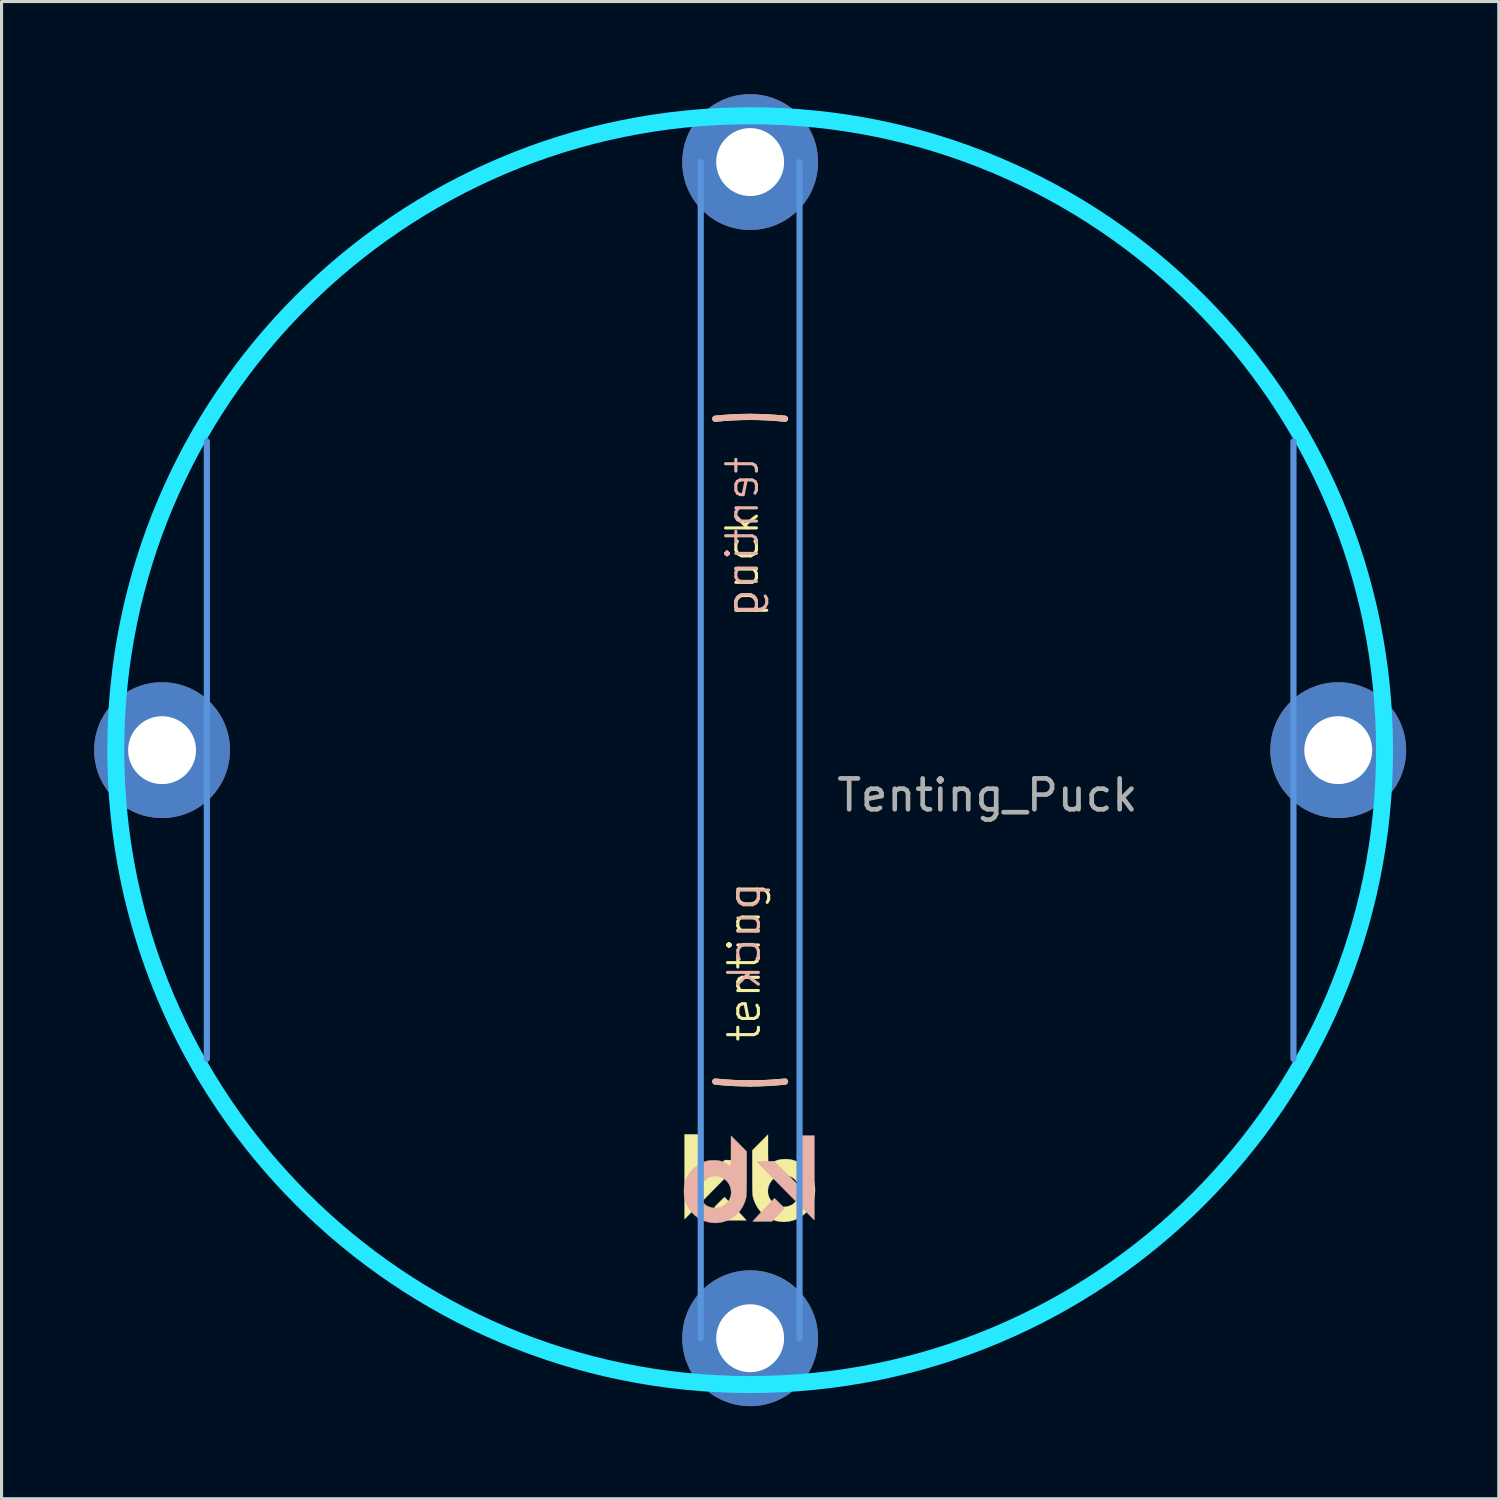
<source format=kicad_pcb>
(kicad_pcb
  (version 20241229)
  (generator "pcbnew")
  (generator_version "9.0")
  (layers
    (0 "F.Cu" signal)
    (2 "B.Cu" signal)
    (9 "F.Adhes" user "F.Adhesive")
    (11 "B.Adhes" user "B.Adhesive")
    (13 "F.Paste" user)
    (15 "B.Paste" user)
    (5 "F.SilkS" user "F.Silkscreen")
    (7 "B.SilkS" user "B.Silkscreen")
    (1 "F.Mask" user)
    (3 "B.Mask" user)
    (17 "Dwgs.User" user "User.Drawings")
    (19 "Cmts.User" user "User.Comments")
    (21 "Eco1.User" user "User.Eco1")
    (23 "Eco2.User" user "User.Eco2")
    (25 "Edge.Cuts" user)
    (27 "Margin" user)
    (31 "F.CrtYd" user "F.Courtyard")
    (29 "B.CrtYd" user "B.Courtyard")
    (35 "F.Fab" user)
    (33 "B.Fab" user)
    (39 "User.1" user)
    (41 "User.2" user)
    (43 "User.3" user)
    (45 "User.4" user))
  (footprint "Tenting_Puck"
    (layer "F.Cu")
    (at 21.25 21.25)
    (property "Reference" "Tenting_Puck" (at 7.684 1.46 0) (layer "F.Fab") (effects (font (size 1 1) (thickness 0.15))))
    (attr through_hole)
    (fp_arc (start -20.32 -2.8575) (mid -19.91151 -4.959786) (end -19.286134 -7.008048) (stroke (width 0.2) (type solid)) (layer "F.SilkS"))
    (fp_arc (start -19.286134 7.008047) (mid -19.91151 4.959786) (end -20.32 2.8575) (stroke (width 0.2) (type solid)) (layer "F.SilkS"))
    (fp_arc (start -7.008048 -19.286134) (mid -4.959786 -19.91151) (end -2.8575 -20.32) (stroke (width 0.2) (type solid)) (layer "F.SilkS"))
    (fp_arc (start -2.8575 20.32) (mid -4.959785 19.91151) (end -7.008046 19.286135) (stroke (width 0.2) (type solid)) (layer "F.SilkS"))
    (fp_arc (start -1.128385 -10.735864) (mid -0.564967 -10.780206) (end 0 -10.795) (stroke (width 0.2) (type solid)) (layer "F.SilkS"))
    (fp_arc (start 0 -10.795) (mid 0.564967 -10.780206) (end 1.128385 -10.735864) (stroke (width 0.2) (type solid)) (layer "F.SilkS"))
    (fp_arc (start 0 10.795) (mid -0.564967 10.780206) (end -1.128385 10.735864) (stroke (width 0.2) (type solid)) (layer "F.SilkS"))
    (fp_arc (start 1.128385 10.735864) (mid 0.564967 10.780206) (end 0 10.795) (stroke (width 0.2) (type solid)) (layer "F.SilkS"))
    (fp_arc (start 2.8575 -20.32) (mid 4.959786 -19.91151) (end 7.008047 -19.286134) (stroke (width 0.2) (type solid)) (layer "F.SilkS"))
    (fp_arc (start 7.008047 19.286134) (mid 4.959786 19.91151) (end 2.8575 20.32) (stroke (width 0.2) (type solid)) (layer "F.SilkS"))
    (fp_arc (start 19.286135 -7.008045) (mid 19.91151 -4.959785) (end 20.32 -2.8575) (stroke (width 0.2) (type solid)) (layer "F.SilkS"))
    (fp_arc (start 20.32 2.8575) (mid 19.91151 4.959785) (end 19.286135 7.008046) (stroke (width 0.2) (type solid)) (layer "F.SilkS"))
    (fp_poly (pts (xy -1.627 14.082) (xy -0.824 13.279) (xy -0.535 13.282) (xy -0.247 13.285) (xy -1.094 14.145) (xy -1.212 14.265) (xy -1.327 14.382) (xy -1.437 14.494) (xy -1.542 14.6) (xy -1.64 14.7) (xy -1.731 14.791) (xy -1.811 14.874) (xy -1.882 14.945) (xy -1.941 15.005) (xy -1.987 15.052) (xy -2.019 15.084) (xy -2.032 15.098) (xy -2.123 15.19) (xy -2.123 12.448) (xy -1.627 12.448) (xy -1.627 14.082)) (stroke (width 0.01) (type solid)) (fill yes) (layer "F.SilkS"))
    (fp_poly (pts (xy -0.82 14.488) (xy -0.797 14.511) (xy -0.763 14.547) (xy -0.719 14.593) (xy -0.666 14.647) (xy -0.609 14.708) (xy -0.547 14.773) (xy -0.483 14.841) (xy -0.42 14.908) (xy -0.359 14.973) (xy -0.302 15.034) (xy -0.251 15.089) (xy -0.208 15.135) (xy -0.175 15.171) (xy -0.154 15.194) (xy -0.152 15.197) (xy -0.124 15.231) (xy -0.744 15.231) (xy -0.917 15.055) (xy -0.971 15) (xy -1.021 14.948) (xy -1.065 14.903) (xy -1.099 14.868) (xy -1.121 14.844) (xy -1.124 14.841) (xy -1.158 14.803) (xy -0.997 14.642) (xy -0.948 14.592) (xy -0.903 14.549) (xy -0.867 14.514) (xy -0.842 14.491) (xy -0.829 14.48) (xy -0.829 14.48) (xy -0.82 14.488)) (stroke (width 0.01) (type solid)) (fill yes) (layer "F.SilkS"))
    (fp_poly (pts (xy 0.578 12.948) (xy 0.578 13.052) (xy 0.579 13.149) (xy 0.58 13.236) (xy 0.581 13.31) (xy 0.582 13.37) (xy 0.583 13.413) (xy 0.585 13.437) (xy 0.586 13.441) (xy 0.598 13.435) (xy 0.623 13.419) (xy 0.647 13.401) (xy 0.762 13.331) (xy 0.884 13.282) (xy 1.014 13.254) (xy 1.153 13.247) (xy 1.171 13.248) (xy 1.261 13.255) (xy 1.337 13.267) (xy 1.409 13.286) (xy 1.484 13.315) (xy 1.554 13.348) (xy 1.682 13.423) (xy 1.795 13.515) (xy 1.892 13.622) (xy 1.972 13.743) (xy 2.033 13.874) (xy 2.076 14.016) (xy 2.099 14.167) (xy 2.102 14.256) (xy 2.092 14.409) (xy 2.061 14.553) (xy 2.008 14.693) (xy 1.95 14.8) (xy 1.865 14.92) (xy 1.763 15.025) (xy 1.648 15.113) (xy 1.521 15.184) (xy 1.385 15.236) (xy 1.241 15.268) (xy 1.093 15.279) (xy 0.993 15.275) (xy 0.848 15.25) (xy 0.707 15.204) (xy 0.574 15.138) (xy 0.452 15.054) (xy 0.343 14.954) (xy 0.335 14.944) (xy 0.254 14.84) (xy 0.184 14.722) (xy 0.129 14.596) (xy 0.092 14.469) (xy 0.083 14.423) (xy 0.08 14.394) (xy 0.078 14.344) (xy 0.076 14.294) (xy 0.573 14.294) (xy 0.583 14.391) (xy 0.614 14.485) (xy 0.642 14.539) (xy 0.709 14.628) (xy 0.789 14.699) (xy 0.878 14.751) (xy 0.975 14.784) (xy 1.076 14.797) (xy 1.18 14.789) (xy 1.253 14.769) (xy 1.296 14.753) (xy 1.337 14.736) (xy 1.353 14.728) (xy 1.398 14.697) (xy 1.448 14.651) (xy 1.496 14.595) (xy 1.537 14.537) (xy 1.559 14.498) (xy 1.579 14.454) (xy 1.591 14.415) (xy 1.599 14.373) (xy 1.603 14.318) (xy 1.603 14.313) (xy 1.6 14.205) (xy 1.577 14.107) (xy 1.534 14.014) (xy 1.516 13.985) (xy 1.451 13.908) (xy 1.372 13.845) (xy 1.283 13.8) (xy 1.186 13.772) (xy 1.085 13.763) (xy 0.984 13.773) (xy 0.885 13.803) (xy 0.871 13.81) (xy 0.783 13.863) (xy 0.709 13.931) (xy 0.65 14.011) (xy 0.607 14.101) (xy 0.581 14.196) (xy 0.573 14.294) (xy 0.076 14.294) (xy 0.076 14.274) (xy 0.074 14.185) (xy 0.072 14.078) (xy 0.071 13.955) (xy 0.071 13.818) (xy 0.071 13.668) (xy 0.071 13.656) (xy 0.07 12.964) (xy 0.578 12.454) (xy 0.578 12.948)) (stroke (width 0.01) (type solid)) (fill yes) (layer "F.SilkS"))
    (fp_arc (start -20.32 -2.8575) (mid -19.91151 -4.959784) (end -19.286136 -7.008044) (stroke (width 0.2) (type solid)) (layer "B.SilkS"))
    (fp_arc (start -19.286135 7.008046) (mid -19.91151 4.959785) (end -20.32 2.8575) (stroke (width 0.2) (type solid)) (layer "B.SilkS"))
    (fp_arc (start -7.008046 -19.286135) (mid -4.959785 -19.91151) (end -2.8575 -20.32) (stroke (width 0.2) (type solid)) (layer "B.SilkS"))
    (fp_arc (start -2.8575 20.32) (mid -4.959785 19.91151) (end -7.008045 19.286135) (stroke (width 0.2) (type solid)) (layer "B.SilkS"))
    (fp_arc (start -1.128385 -10.735864) (mid -0.564967 -10.780206) (end 0 -10.795) (stroke (width 0.2) (type solid)) (layer "B.SilkS"))
    (fp_arc (start 0 -10.795) (mid 0.564967 -10.780206) (end 1.128385 -10.735864) (stroke (width 0.2) (type solid)) (layer "B.SilkS"))
    (fp_arc (start 0 10.795) (mid -0.564967 10.780206) (end -1.128385 10.735864) (stroke (width 0.2) (type solid)) (layer "B.SilkS"))
    (fp_arc (start 1.128385 10.735864) (mid 0.564967 10.780206) (end 0 10.795) (stroke (width 0.2) (type solid)) (layer "B.SilkS"))
    (fp_arc (start 2.8575 -20.32) (mid 4.959787 -19.91151) (end 7.008049 -19.286134) (stroke (width 0.2) (type solid)) (layer "B.SilkS"))
    (fp_arc (start 7.008045 19.286135) (mid 4.959785 19.91151) (end 2.8575 20.32) (stroke (width 0.2) (type solid)) (layer "B.SilkS"))
    (fp_arc (start 19.286134 -7.008048) (mid 19.91151 -4.959786) (end 20.32 -2.8575) (stroke (width 0.2) (type solid)) (layer "B.SilkS"))
    (fp_arc (start 20.32 2.8575) (mid 19.91151 4.959786) (end 19.286134 7.008048) (stroke (width 0.2) (type solid)) (layer "B.SilkS"))
    (fp_poly (pts (xy 1.584 14.118) (xy 0.782 13.315) (xy 0.493 13.318) (xy 0.205 13.322) (xy 1.052 14.182) (xy 1.17 14.301) (xy 1.285 14.418) (xy 1.395 14.53) (xy 1.5 14.637) (xy 1.598 14.736) (xy 1.688 14.828) (xy 1.769 14.91) (xy 1.84 14.981) (xy 1.899 15.041) (xy 1.944 15.088) (xy 1.976 15.12) (xy 1.99 15.134) (xy 2.081 15.226) (xy 2.081 12.484) (xy 1.584 12.484) (xy 1.584 14.118)) (stroke (width 0.01) (type solid)) (fill yes) (layer "B.SilkS"))
    (fp_poly (pts (xy 0.778 14.525) (xy 0.755 14.547) (xy 0.721 14.583) (xy 0.676 14.629) (xy 0.624 14.684) (xy 0.566 14.745) (xy 0.505 14.81) (xy 0.441 14.877) (xy 0.378 14.944) (xy 0.316 15.009) (xy 0.259 15.07) (xy 0.208 15.125) (xy 0.166 15.172) (xy 0.133 15.207) (xy 0.112 15.231) (xy 0.11 15.233) (xy 0.082 15.267) (xy 0.702 15.267) (xy 0.875 15.091) (xy 0.929 15.036) (xy 0.979 14.985) (xy 1.023 14.939) (xy 1.057 14.904) (xy 1.079 14.88) (xy 1.082 14.877) (xy 1.116 14.839) (xy 0.955 14.678) (xy 0.905 14.628) (xy 0.861 14.585) (xy 0.825 14.55) (xy 0.799 14.527) (xy 0.787 14.517) (xy 0.787 14.516) (xy 0.778 14.525)) (stroke (width 0.01) (type solid)) (fill yes) (layer "B.SilkS"))
    (fp_poly (pts (xy -0.621 12.984) (xy -0.621 13.088) (xy -0.621 13.185) (xy -0.622 13.272) (xy -0.623 13.346) (xy -0.624 13.406) (xy -0.625 13.45) (xy -0.627 13.473) (xy -0.628 13.477) (xy -0.64 13.471) (xy -0.665 13.455) (xy -0.689 13.438) (xy -0.804 13.367) (xy -0.926 13.318) (xy -1.057 13.29) (xy -1.196 13.284) (xy -1.214 13.284) (xy -1.303 13.291) (xy -1.38 13.303) (xy -1.451 13.322) (xy -1.526 13.351) (xy -1.596 13.384) (xy -1.724 13.459) (xy -1.837 13.551) (xy -1.934 13.658) (xy -2.014 13.779) (xy -2.076 13.911) (xy -2.118 14.053) (xy -2.141 14.203) (xy -2.145 14.293) (xy -2.134 14.445) (xy -2.103 14.59) (xy -2.05 14.729) (xy -1.993 14.836) (xy -1.907 14.956) (xy -1.805 15.061) (xy -1.69 15.149) (xy -1.563 15.22) (xy -1.427 15.272) (xy -1.283 15.304) (xy -1.135 15.316) (xy -1.035 15.311) (xy -0.89 15.286) (xy -0.75 15.24) (xy -0.616 15.174) (xy -0.494 15.09) (xy -0.386 14.99) (xy -0.377 14.981) (xy -0.296 14.876) (xy -0.226 14.758) (xy -0.171 14.632) (xy -0.134 14.505) (xy -0.125 14.459) (xy -0.122 14.43) (xy -0.12 14.38) (xy -0.118 14.33) (xy -0.615 14.33) (xy -0.625 14.428) (xy -0.656 14.522) (xy -0.684 14.576) (xy -0.751 14.664) (xy -0.831 14.735) (xy -0.92 14.787) (xy -1.017 14.82) (xy -1.119 14.833) (xy -1.222 14.825) (xy -1.295 14.805) (xy -1.338 14.789) (xy -1.379 14.772) (xy -1.395 14.764) (xy -1.441 14.733) (xy -1.49 14.687) (xy -1.538 14.632) (xy -1.579 14.573) (xy -1.601 14.534) (xy -1.621 14.49) (xy -1.634 14.452) (xy -1.641 14.409) (xy -1.645 14.354) (xy -1.646 14.349) (xy -1.642 14.241) (xy -1.619 14.144) (xy -1.576 14.05) (xy -1.558 14.022) (xy -1.493 13.944) (xy -1.415 13.882) (xy -1.325 13.836) (xy -1.228 13.808) (xy -1.127 13.799) (xy -1.026 13.809) (xy -0.927 13.84) (xy -0.913 13.846) (xy -0.825 13.899) (xy -0.751 13.967) (xy -0.692 14.047) (xy -0.649 14.137) (xy -0.623 14.232) (xy -0.615 14.33) (xy -0.118 14.33) (xy -0.118 14.31) (xy -0.116 14.221) (xy -0.115 14.114) (xy -0.114 13.991) (xy -0.113 13.854) (xy -0.113 13.704) (xy -0.113 13.692) (xy -0.113 13) (xy -0.62 12.49) (xy -0.621 12.984)) (stroke (width 0.01) (type solid)) (fill yes) (layer "B.SilkS"))
    (fp_line (start -17.6 10) (end -17.6 -10) (stroke (width 0.2) (type solid)) (layer "Cmts.User"))
    (fp_line (start -1.6 19.05) (end -1.6 -19.05) (stroke (width 0.2) (type solid)) (layer "Cmts.User"))
    (fp_line (start 1.6 19.05) (end 1.6 -19.05) (stroke (width 0.2) (type solid)) (layer "Cmts.User"))
    (fp_line (start 17.6 10) (end 17.6 -10) (stroke (width 0.2) (type solid)) (layer "Cmts.User"))
    (fp_circle (center 0 0) (end 20.55 0) (stroke (width 0.55) (type solid)) (fill no) (layer "B.CrtYd"))
    (fp_text user "tenting" (at -0.191 6.858 90) (layer "F.SilkS") (effects (font (size 1 1) (thickness 0.1))))
    (fp_text user "puck" (at -0.254 -6.032 90) (layer "F.SilkS") (effects (font (size 1 1) (thickness 0.1))))
    (fp_text user "puck" (at -0.191 6.032 90) (unlocked yes) (layer "B.SilkS") (effects (font (size 1 1) (thickness 0.1)) (justify mirror)))
    (fp_text user "tenting" (at -0.254 -6.921 90) (layer "B.SilkS") (effects (font (size 1 1) (thickness 0.1)) (justify mirror)))
    (pad "1" thru_hole circle (at -19.05 0) (size 4.4 4.4) (drill 2.2) (layers "*.Cu" "*.Mask"))
    (pad "1" thru_hole circle (at 0 -19.05) (size 4.4 4.4) (drill 2.2) (layers "*.Cu" "*.Mask"))
    (pad "1" thru_hole circle (at 0 19.05) (size 4.4 4.4) (drill 2.2) (layers "*.Cu" "*.Mask"))
    (pad "1" thru_hole circle (at 19.05 0) (size 4.4 4.4) (drill 2.2) (layers "*.Cu" "*.Mask")))
  (gr_rect
    (start -3 -3)
    (end 45.5 45.5)
    (stroke (width 0.1) (type default))
    (fill no)
    (layer "Edge.Cuts")))
</source>
